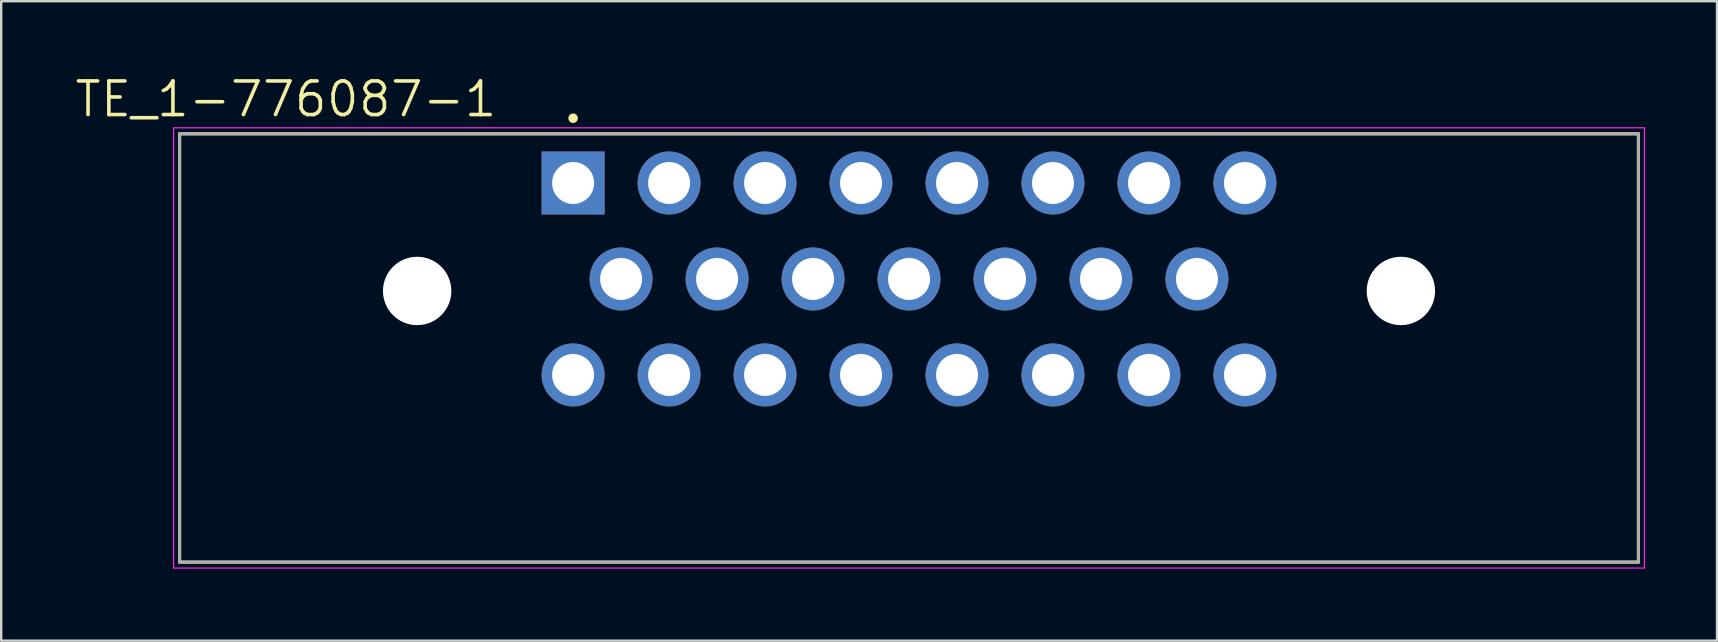
<source format=kicad_pcb>
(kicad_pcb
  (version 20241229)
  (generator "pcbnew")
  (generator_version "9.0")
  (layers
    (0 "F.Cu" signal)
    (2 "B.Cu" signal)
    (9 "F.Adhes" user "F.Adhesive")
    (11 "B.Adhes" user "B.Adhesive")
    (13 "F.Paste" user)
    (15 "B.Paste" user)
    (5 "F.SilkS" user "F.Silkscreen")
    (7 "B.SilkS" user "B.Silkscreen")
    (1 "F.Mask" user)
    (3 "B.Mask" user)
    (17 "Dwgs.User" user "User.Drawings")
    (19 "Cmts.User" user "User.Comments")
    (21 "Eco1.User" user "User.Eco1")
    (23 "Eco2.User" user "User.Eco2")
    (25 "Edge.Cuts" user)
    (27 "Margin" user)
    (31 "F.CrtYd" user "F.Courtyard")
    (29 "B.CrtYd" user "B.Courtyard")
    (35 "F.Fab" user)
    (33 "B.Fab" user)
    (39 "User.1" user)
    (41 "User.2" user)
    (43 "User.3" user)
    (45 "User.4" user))
  (footprint "TE_1-776087-1"
    (layer "F.Cu")
    (at 20.836 4.577)
    (property "Reference" "TE_1-776087-1" (at -11.972 -3.494 0) (layer "F.SilkS") (effects (font (size 1.402 1.402) (thickness 0.15))))
    (attr through_hole)
    (fp_line (start -16.4 -2.05) (end -16.4 15.8) (stroke (width 0.127) (type solid)) (layer "F.SilkS"))
    (fp_line (start 44.4 -2.05) (end -16.4 -2.05) (stroke (width 0.127) (type solid)) (layer "F.SilkS"))
    (fp_line (start 44.4 15.8) (end -16.4 15.8) (stroke (width 0.127) (type solid)) (layer "F.SilkS"))
    (fp_line (start 44.4 15.8) (end 44.4 -2.05) (stroke (width 0.127) (type solid)) (layer "F.SilkS"))
    (fp_circle (center 0 -2.7) (end 0.1 -2.7) (stroke (width 0.2) (type solid)) (fill no) (layer "F.SilkS"))
    (fp_line (start -16.65 -2.3) (end 44.65 -2.3) (stroke (width 0.05) (type solid)) (layer "F.CrtYd"))
    (fp_line (start -16.65 16.05) (end -16.65 -2.3) (stroke (width 0.05) (type solid)) (layer "F.CrtYd"))
    (fp_line (start 44.65 -2.3) (end 44.65 16.05) (stroke (width 0.05) (type solid)) (layer "F.CrtYd"))
    (fp_line (start 44.65 16.05) (end -16.65 16.05) (stroke (width 0.05) (type solid)) (layer "F.CrtYd"))
    (fp_line (start -16.4 -2.05) (end -16.4 15.8) (stroke (width 0.127) (type solid)) (layer "F.Fab"))
    (fp_line (start 44.4 -2.05) (end -16.4 -2.05) (stroke (width 0.127) (type solid)) (layer "F.Fab"))
    (fp_line (start 44.4 15.8) (end -16.4 15.8) (stroke (width 0.127) (type solid)) (layer "F.Fab"))
    (fp_line (start 44.4 15.8) (end 44.4 -2.05) (stroke (width 0.127) (type solid)) (layer "F.Fab"))
    (pad "" np_thru_hole circle (at -6.5 4.5) (size 2.85 2.85) (drill 2.85) (layers "*.Cu" "*.Mask"))
    (pad "" np_thru_hole circle (at 34.5 4.5) (size 2.85 2.85) (drill 2.85) (layers "*.Cu" "*.Mask"))
    (pad "1" thru_hole rect (at 0 0) (size 2.625 2.625) (drill 1.75) (layers "*.Cu" "*.Mask"))
    (pad "2" thru_hole circle (at 4 0) (size 2.625 2.625) (drill 1.75) (layers "*.Cu" "*.Mask"))
    (pad "3" thru_hole circle (at 8 0) (size 2.625 2.625) (drill 1.75) (layers "*.Cu" "*.Mask"))
    (pad "4" thru_hole circle (at 12 0) (size 2.625 2.625) (drill 1.75) (layers "*.Cu" "*.Mask"))
    (pad "5" thru_hole circle (at 16 0) (size 2.625 2.625) (drill 1.75) (layers "*.Cu" "*.Mask"))
    (pad "6" thru_hole circle (at 20 0) (size 2.625 2.625) (drill 1.75) (layers "*.Cu" "*.Mask"))
    (pad "7" thru_hole circle (at 24 0) (size 2.625 2.625) (drill 1.75) (layers "*.Cu" "*.Mask"))
    (pad "8" thru_hole circle (at 28 0) (size 2.625 2.625) (drill 1.75) (layers "*.Cu" "*.Mask"))
    (pad "9" thru_hole circle (at 2 4) (size 2.625 2.625) (drill 1.75) (layers "*.Cu" "*.Mask"))
    (pad "10" thru_hole circle (at 6 4) (size 2.625 2.625) (drill 1.75) (layers "*.Cu" "*.Mask"))
    (pad "11" thru_hole circle (at 10 4) (size 2.625 2.625) (drill 1.75) (layers "*.Cu" "*.Mask"))
    (pad "12" thru_hole circle (at 14 4) (size 2.625 2.625) (drill 1.75) (layers "*.Cu" "*.Mask"))
    (pad "13" thru_hole circle (at 18 4) (size 2.625 2.625) (drill 1.75) (layers "*.Cu" "*.Mask"))
    (pad "14" thru_hole circle (at 22 4) (size 2.625 2.625) (drill 1.75) (layers "*.Cu" "*.Mask"))
    (pad "15" thru_hole circle (at 26 4) (size 2.625 2.625) (drill 1.75) (layers "*.Cu" "*.Mask"))
    (pad "16" thru_hole circle (at 0 8) (size 2.625 2.625) (drill 1.75) (layers "*.Cu" "*.Mask"))
    (pad "17" thru_hole circle (at 4 8) (size 2.625 2.625) (drill 1.75) (layers "*.Cu" "*.Mask"))
    (pad "18" thru_hole circle (at 8 8) (size 2.625 2.625) (drill 1.75) (layers "*.Cu" "*.Mask"))
    (pad "19" thru_hole circle (at 12 8) (size 2.625 2.625) (drill 1.75) (layers "*.Cu" "*.Mask"))
    (pad "20" thru_hole circle (at 16 8) (size 2.625 2.625) (drill 1.75) (layers "*.Cu" "*.Mask"))
    (pad "21" thru_hole circle (at 20 8) (size 2.625 2.625) (drill 1.75) (layers "*.Cu" "*.Mask"))
    (pad "22" thru_hole circle (at 24 8) (size 2.625 2.625) (drill 1.75) (layers "*.Cu" "*.Mask"))
    (pad "23" thru_hole circle (at 28 8) (size 2.625 2.625) (drill 1.75) (layers "*.Cu" "*.Mask")))
  (gr_rect
    (start -3 -3)
    (end 68.511 23.652)
    (stroke (width 0.1) (type default))
    (fill no)
    (layer "Edge.Cuts")))
</source>
